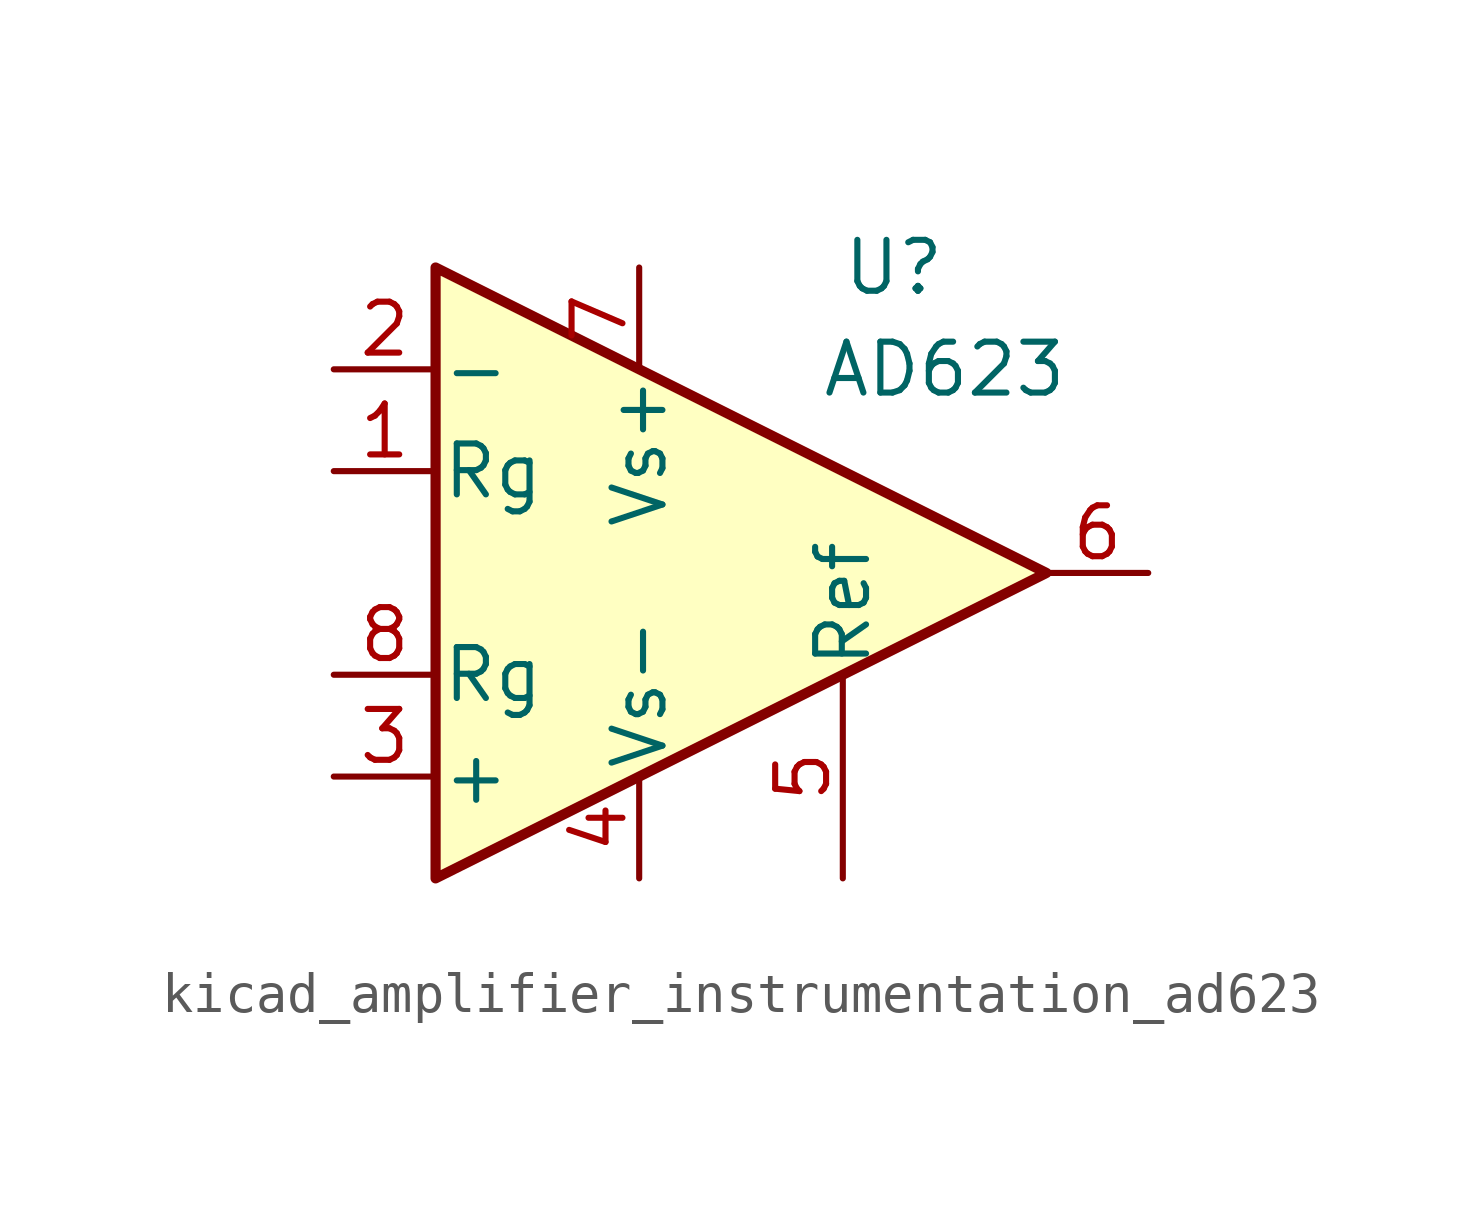
<source format=kicad_sym>
(kicad_symbol_lib
  (version 20220914)
  (generator kicad_symbol_editor)
  (symbol "kicad_amplifier_instrumentation_ad623"
    (pin_names
      (offset 0.127))
    (property "Reference" "U"
      (at 3.81 7.62 0)
      (effects (font (size 1.27 1.27))))
    (property "Value" "AD623"
      (at 5.08 5.08 0)
      (effects (font (size 1.27 1.27))))
    (symbol "kicad_amplifier_instrumentation_ad623_0_1"
      (polyline (pts (xy -7.62 7.62) (xy -7.62 -7.62) (xy 7.62 0) (xy -7.62 7.62)) (stroke (width 0.254) (type default)) (fill (type background))))
    (symbol "kicad_amplifier_instrumentation_ad623_1_1"
      (pin passive line (at -10.16 2.54 0) (length 2.54) (name "Rg" (effects (font (size 1.27 1.27)))) (number "1" (effects (font (size 1.27 1.27)))))
      (pin input line (at -10.16 5.08 0) (length 2.54) (name "-" (effects (font (size 1.27 1.27)))) (number "2" (effects (font (size 1.27 1.27)))))
      (pin input line (at -10.16 -5.08 0) (length 2.54) (name "+" (effects (font (size 1.27 1.27)))) (number "3" (effects (font (size 1.27 1.27)))))
      (pin power_in line (at -2.54 -7.62 90) (length 2.54) (name "Vs-" (effects (font (size 1.27 1.27)))) (number "4" (effects (font (size 1.27 1.27)))))
      (pin passive line (at 2.54 -7.62 90) (length 5.08) (name "Ref" (effects (font (size 1.27 1.27)))) (number "5" (effects (font (size 1.27 1.27)))))
      (pin output line (at 10.16 0 180) (length 2.54) (name "~" (effects (font (size 1.27 1.27)))) (number "6" (effects (font (size 1.27 1.27)))))
      (pin power_in line (at -2.54 7.62 270) (length 2.54) (name "Vs+" (effects (font (size 1.27 1.27)))) (number "7" (effects (font (size 1.27 1.27)))))
      (pin passive line (at -10.16 -2.54 0) (length 2.54) (name "Rg" (effects (font (size 1.27 1.27)))) (number "8" (effects (font (size 1.27 1.27))))))))
</source>
